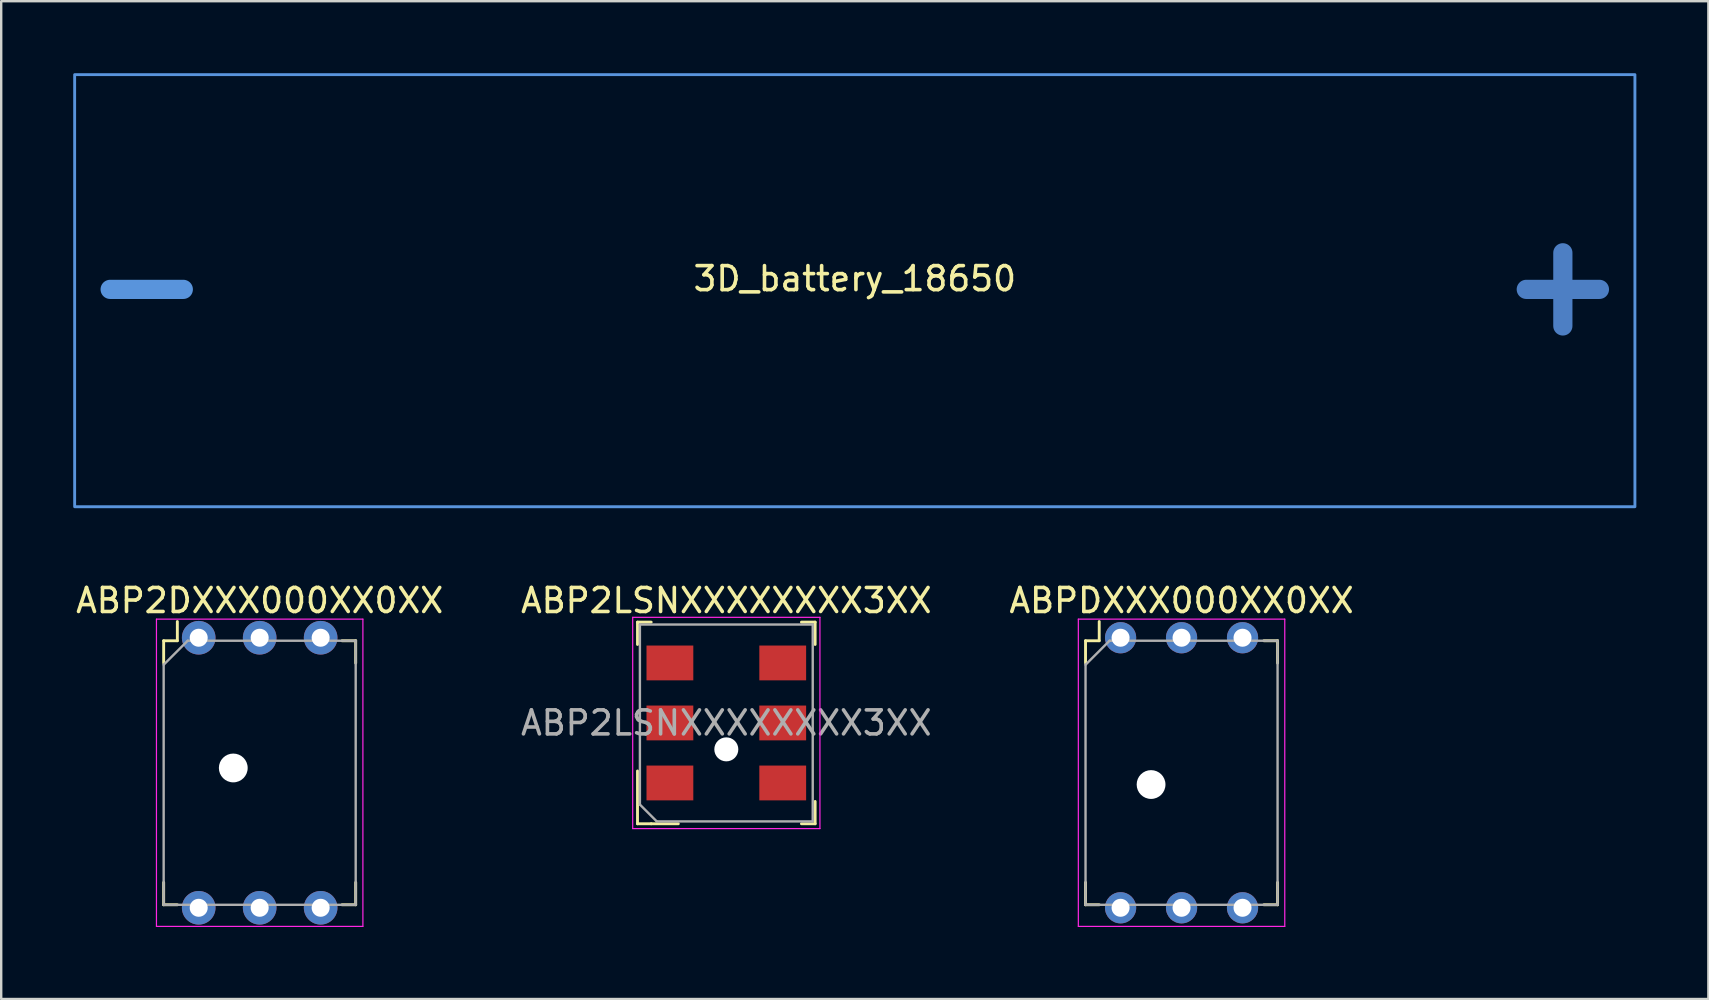
<source format=kicad_pcb>
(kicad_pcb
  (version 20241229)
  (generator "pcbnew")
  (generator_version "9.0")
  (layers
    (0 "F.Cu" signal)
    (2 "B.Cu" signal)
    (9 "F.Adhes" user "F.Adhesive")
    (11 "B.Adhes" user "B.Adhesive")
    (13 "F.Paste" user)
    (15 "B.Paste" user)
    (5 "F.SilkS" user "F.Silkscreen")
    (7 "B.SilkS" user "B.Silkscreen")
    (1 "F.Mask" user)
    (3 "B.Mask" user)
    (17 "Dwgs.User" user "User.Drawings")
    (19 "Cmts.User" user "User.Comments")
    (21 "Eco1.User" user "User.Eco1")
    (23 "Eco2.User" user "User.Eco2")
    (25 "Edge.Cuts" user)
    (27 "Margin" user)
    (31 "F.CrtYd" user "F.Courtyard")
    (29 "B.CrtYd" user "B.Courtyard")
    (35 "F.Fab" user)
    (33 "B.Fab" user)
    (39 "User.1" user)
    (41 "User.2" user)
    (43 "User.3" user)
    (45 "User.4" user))
  (footprint "ABP2DXXX000XX0XX"
    (layer "F.Cu")
    (at 7.768 29.143)
    (property "Reference" "ABP2DXXX000XX0XX" (at 0 -7.175 0) (layer "F.SilkS") (effects (font (size 1 1) (thickness 0.15))))
    (attr smd)
    (fp_line (start -4 -5.5) (end -3.43 -5.5) (stroke (width 0.12) (type solid)) (layer "F.SilkS"))
    (fp_line (start -4 -4.57) (end -4 -5.5) (stroke (width 0.12) (type solid)) (layer "F.SilkS"))
    (fp_line (start -4 4.57) (end -4 5.5) (stroke (width 0.12) (type solid)) (layer "F.SilkS"))
    (fp_line (start -4 5.5) (end -3.43 5.5) (stroke (width 0.12) (type solid)) (layer "F.SilkS"))
    (fp_line (start -3.43 -6.3) (end -3.43 -5.5) (stroke (width 0.12) (type solid)) (layer "F.SilkS"))
    (fp_line (start 4 -5.5) (end 3.43 -5.5) (stroke (width 0.12) (type solid)) (layer "F.SilkS"))
    (fp_line (start 4 -4.57) (end 4 -5.5) (stroke (width 0.12) (type solid)) (layer "F.SilkS"))
    (fp_line (start 4 4.57) (end 4 5.5) (stroke (width 0.12) (type solid)) (layer "F.SilkS"))
    (fp_line (start 4 5.5) (end 3.43 5.5) (stroke (width 0.12) (type solid)) (layer "F.SilkS"))
    (fp_line (start -4.3 -6.4) (end 4.3 -6.4) (stroke (width 0.05) (type solid)) (layer "F.CrtYd"))
    (fp_line (start -4.3 6.4) (end -4.3 -6.4) (stroke (width 0.05) (type solid)) (layer "F.CrtYd"))
    (fp_line (start 4.3 -6.4) (end 4.3 6.4) (stroke (width 0.05) (type solid)) (layer "F.CrtYd"))
    (fp_line (start 4.3 6.4) (end -4.3 6.4) (stroke (width 0.05) (type solid)) (layer "F.CrtYd"))
    (fp_line (start -4 -4.5) (end -4 5.5) (stroke (width 0.1) (type solid)) (layer "F.Fab"))
    (fp_line (start -4 5.5) (end 4 5.5) (stroke (width 0.1) (type solid)) (layer "F.Fab"))
    (fp_line (start -3 -5.5) (end -4 -4.5) (stroke (width 0.1) (type solid)) (layer "F.Fab"))
    (fp_line (start 4 -5.5) (end -3 -5.5) (stroke (width 0.1) (type solid)) (layer "F.Fab"))
    (fp_line (start 4 5.5) (end 4 -5.5) (stroke (width 0.1) (type solid)) (layer "F.Fab"))
    (pad "" np_thru_hole circle (at -1.1 -0.2) (size 1.2 1.2) (drill 1.2) (layers "*.Cu" "*.Mask"))
    (pad "1" thru_hole circle (at -2.54 -5.625) (size 1.4 1.4) (drill 0.75) (layers "*.Cu" "*.Mask"))
    (pad "2" thru_hole circle (at 0 -5.625) (size 1.4 1.4) (drill 0.75) (layers "*.Cu" "*.Mask"))
    (pad "3" thru_hole circle (at 2.54 -5.625) (size 1.4 1.4) (drill 0.75) (layers "*.Cu" "*.Mask"))
    (pad "4" thru_hole circle (at 2.54 5.625 180) (size 1.4 1.4) (drill 0.75) (layers "*.Cu" "*.Mask"))
    (pad "5" thru_hole circle (at 0 5.625 180) (size 1.4 1.4) (drill 0.75) (layers "*.Cu" "*.Mask"))
    (pad "6" thru_hole circle (at -2.54 5.625 180) (size 1.4 1.4) (drill 0.75) (layers "*.Cu" "*.Mask")))
  (footprint "3D_battery_18650"
    (layer "F.Cu")
    (at 32.56 9.06)
    (property "Reference" "3D_battery_18650" (at 0 -0.5 0) (unlocked yes) (layer "F.SilkS") (effects (font (size 1 1) (thickness 0.15))))
    (attr exclude_from_pos_files exclude_from_bom allow_missing_courtyard)
    (fp_rect (start -32.5 -9) (end 32.5 9) (stroke (width 0.12) (type default)) (fill no) (layer "Cmts.User"))
    (fp_text user "+" (at 32.5 2 0) (unlocked yes) (layer "B.Cu") (effects (font (size 4 4) (thickness 0.8) (bold yes)) (justify left bottom mirror)))
    (fp_text user "-" (at -32.5 2 0) (unlocked yes) (layer "Cmts.User") (effects (font (size 4 4) (thickness 0.8) (bold yes)) (justify left bottom))))
  (footprint "ABPDXXX000XX0XX"
    (layer "F.Cu")
    (at 46.173 29.143)
    (property "Reference" "ABPDXXX000XX0XX" (at 0 -7.175 0) (layer "F.SilkS") (effects (font (size 1 1) (thickness 0.15))))
    (attr smd)
    (fp_line (start -4 -5.5) (end -3.43 -5.5) (stroke (width 0.12) (type solid)) (layer "F.SilkS"))
    (fp_line (start -4 -4.57) (end -4 -5.5) (stroke (width 0.12) (type solid)) (layer "F.SilkS"))
    (fp_line (start -4 4.57) (end -4 5.5) (stroke (width 0.12) (type solid)) (layer "F.SilkS"))
    (fp_line (start -4 5.5) (end -3.43 5.5) (stroke (width 0.12) (type solid)) (layer "F.SilkS"))
    (fp_line (start -3.43 -6.3) (end -3.43 -5.5) (stroke (width 0.12) (type solid)) (layer "F.SilkS"))
    (fp_line (start 4 -5.5) (end 3.43 -5.5) (stroke (width 0.12) (type solid)) (layer "F.SilkS"))
    (fp_line (start 4 -4.57) (end 4 -5.5) (stroke (width 0.12) (type solid)) (layer "F.SilkS"))
    (fp_line (start 4 4.57) (end 4 5.5) (stroke (width 0.12) (type solid)) (layer "F.SilkS"))
    (fp_line (start 4 5.5) (end 3.43 5.5) (stroke (width 0.12) (type solid)) (layer "F.SilkS"))
    (fp_line (start -4.3 -6.4) (end 4.3 -6.4) (stroke (width 0.05) (type solid)) (layer "F.CrtYd"))
    (fp_line (start -4.3 6.4) (end -4.3 -6.4) (stroke (width 0.05) (type solid)) (layer "F.CrtYd"))
    (fp_line (start 4.3 -6.4) (end 4.3 6.4) (stroke (width 0.05) (type solid)) (layer "F.CrtYd"))
    (fp_line (start 4.3 6.4) (end -4.3 6.4) (stroke (width 0.05) (type solid)) (layer "F.CrtYd"))
    (fp_line (start -4 -4.5) (end -4 5.5) (stroke (width 0.1) (type solid)) (layer "F.Fab"))
    (fp_line (start -4 5.5) (end 4 5.5) (stroke (width 0.1) (type solid)) (layer "F.Fab"))
    (fp_line (start -3 -5.5) (end -4 -4.5) (stroke (width 0.1) (type solid)) (layer "F.Fab"))
    (fp_line (start 4 -5.5) (end -3 -5.5) (stroke (width 0.1) (type solid)) (layer "F.Fab"))
    (fp_line (start 4 5.5) (end 4 -5.5) (stroke (width 0.1) (type solid)) (layer "F.Fab"))
    (pad "" np_thru_hole circle (at -1.27 0.49) (size 1.2 1.2) (drill 1.2) (layers "*.Cu" "*.Mask"))
    (pad "1" thru_hole circle (at -2.54 -5.625) (size 1.3 1.3) (drill 0.75) (layers "*.Cu" "*.Mask"))
    (pad "2" thru_hole circle (at 0 -5.625) (size 1.3 1.3) (drill 0.75) (layers "*.Cu" "*.Mask"))
    (pad "3" thru_hole circle (at 2.54 -5.625) (size 1.3 1.3) (drill 0.75) (layers "*.Cu" "*.Mask"))
    (pad "4" thru_hole circle (at 2.54 5.625 180) (size 1.3 1.3) (drill 0.75) (layers "*.Cu" "*.Mask"))
    (pad "5" thru_hole circle (at 0 5.625 180) (size 1.3 1.3) (drill 0.75) (layers "*.Cu" "*.Mask"))
    (pad "6" thru_hole circle (at -2.54 5.625 180) (size 1.3 1.3) (drill 0.75) (layers "*.Cu" "*.Mask")))
  (footprint "ABP2LSNXXXXXXXX3XX"
    (layer "F.Cu")
    (at 27.208 27.068)
    (property "Reference" "ABP2LSNXXXXXXXX3XX" (at 0 -5.1 0) (layer "F.SilkS") (effects (font (size 1 1) (thickness 0.15))))
    (attr smd)
    (fp_line (start -3.7 -4.2) (end -3.7 -3.27) (stroke (width 0.12) (type solid)) (layer "F.SilkS"))
    (fp_line (start -3.7 -4.2) (end -3.13 -4.2) (stroke (width 0.12) (type solid)) (layer "F.SilkS"))
    (fp_line (start -3.7 2) (end -3.7 4.2) (stroke (width 0.12) (type solid)) (layer "F.SilkS"))
    (fp_line (start -3.13 4.2) (end -3.7 4.2) (stroke (width 0.12) (type solid)) (layer "F.SilkS"))
    (fp_line (start -2 4.2) (end -3.13 4.2) (stroke (width 0.12) (type solid)) (layer "F.SilkS"))
    (fp_line (start 3.7 -4.2) (end 3.13 -4.2) (stroke (width 0.12) (type solid)) (layer "F.SilkS"))
    (fp_line (start 3.7 -3.27) (end 3.7 -4.2) (stroke (width 0.12) (type solid)) (layer "F.SilkS"))
    (fp_line (start 3.7 3.27) (end 3.7 4.2) (stroke (width 0.12) (type solid)) (layer "F.SilkS"))
    (fp_line (start 3.7 4.2) (end 3.13 4.2) (stroke (width 0.12) (type solid)) (layer "F.SilkS"))
    (fp_line (start -3.9 -4.4) (end 3.9 -4.4) (stroke (width 0.05) (type solid)) (layer "F.CrtYd"))
    (fp_line (start -3.9 4.4) (end -3.9 -4.4) (stroke (width 0.05) (type solid)) (layer "F.CrtYd"))
    (fp_line (start 3.9 -4.4) (end 3.9 4.4) (stroke (width 0.05) (type solid)) (layer "F.CrtYd"))
    (fp_line (start 3.9 4.4) (end -3.9 4.4) (stroke (width 0.05) (type solid)) (layer "F.CrtYd"))
    (fp_line (start -3.6 -4.1) (end -3.6 3.4) (stroke (width 0.1) (type solid)) (layer "F.Fab"))
    (fp_line (start -3.6 -4.1) (end 3.6 -4.1) (stroke (width 0.1) (type solid)) (layer "F.Fab"))
    (fp_line (start -3.6 3.4) (end -2.9 4.1) (stroke (width 0.1) (type solid)) (layer "F.Fab"))
    (fp_line (start -2.9 4.1) (end 3.6 4.1) (stroke (width 0.1) (type solid)) (layer "F.Fab"))
    (fp_line (start 3.6 4.1) (end 3.6 -4.1) (stroke (width 0.1) (type solid)) (layer "F.Fab"))
    (fp_text user "${REFERENCE}" (at 0 0 0) (layer "F.Fab") (effects (font (size 1 1) (thickness 0.15))))
    (pad "" np_thru_hole circle (at 0 1.1) (size 1 1) (drill 1) (layers "*.Cu" "*.Mask"))
    (pad "1" smd rect (at -2.35 2.5 180) (size 1.95 1.45) (layers "F.Cu" "F.Mask" "F.Paste"))
    (pad "2" smd rect (at -2.35 0 180) (size 1.95 1.45) (layers "F.Cu" "F.Mask" "F.Paste"))
    (pad "3" smd rect (at -2.35 -2.5 180) (size 1.95 1.45) (layers "F.Cu" "F.Mask" "F.Paste"))
    (pad "4" smd rect (at 2.35 -2.5 180) (size 1.95 1.45) (layers "F.Cu" "F.Mask" "F.Paste"))
    (pad "5" smd rect (at 2.35 0 180) (size 1.95 1.45) (layers "F.Cu" "F.Mask" "F.Paste"))
    (pad "6" smd rect (at 2.35 2.5 180) (size 1.95 1.45) (layers "F.Cu" "F.Mask" "F.Paste")))
  (gr_rect
    (start -3 -3)
    (end 68.12 38.568)
    (stroke (width 0.1) (type default))
    (fill no)
    (layer "Edge.Cuts")))
</source>
